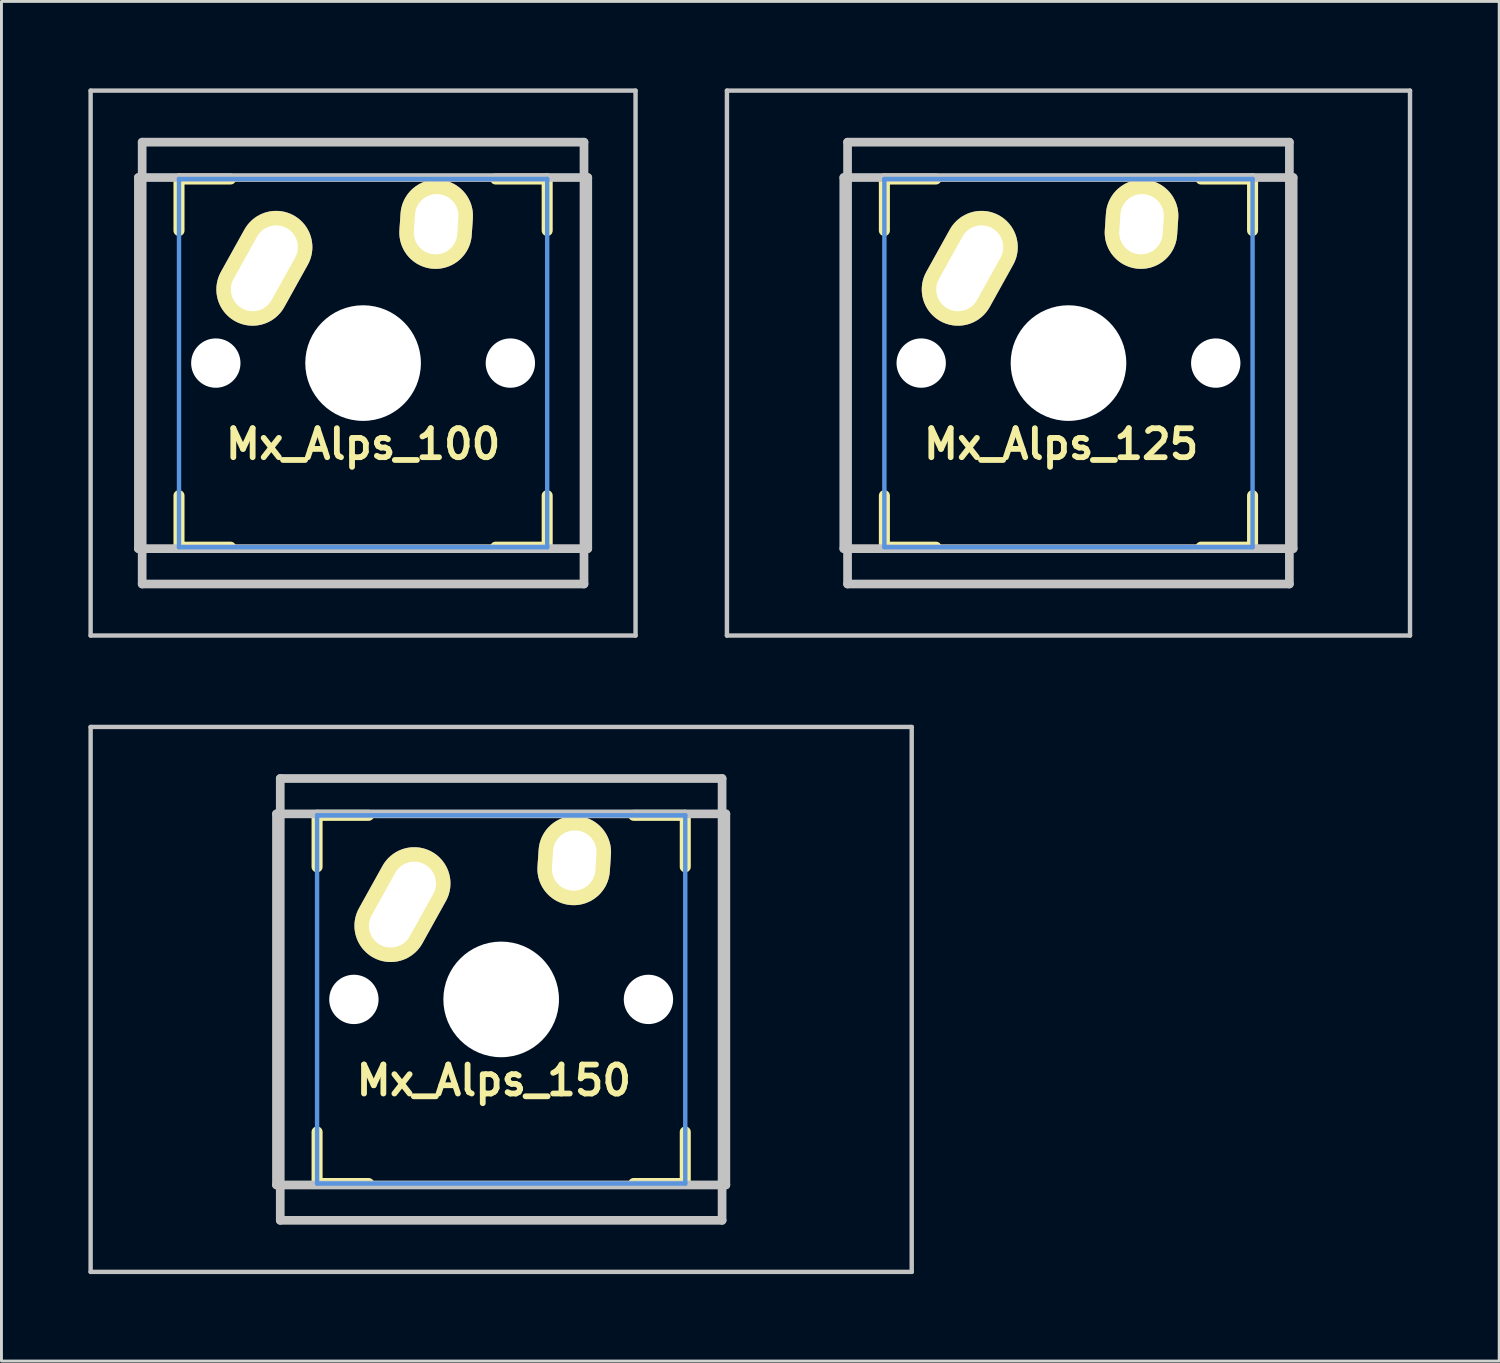
<source format=kicad_pcb>
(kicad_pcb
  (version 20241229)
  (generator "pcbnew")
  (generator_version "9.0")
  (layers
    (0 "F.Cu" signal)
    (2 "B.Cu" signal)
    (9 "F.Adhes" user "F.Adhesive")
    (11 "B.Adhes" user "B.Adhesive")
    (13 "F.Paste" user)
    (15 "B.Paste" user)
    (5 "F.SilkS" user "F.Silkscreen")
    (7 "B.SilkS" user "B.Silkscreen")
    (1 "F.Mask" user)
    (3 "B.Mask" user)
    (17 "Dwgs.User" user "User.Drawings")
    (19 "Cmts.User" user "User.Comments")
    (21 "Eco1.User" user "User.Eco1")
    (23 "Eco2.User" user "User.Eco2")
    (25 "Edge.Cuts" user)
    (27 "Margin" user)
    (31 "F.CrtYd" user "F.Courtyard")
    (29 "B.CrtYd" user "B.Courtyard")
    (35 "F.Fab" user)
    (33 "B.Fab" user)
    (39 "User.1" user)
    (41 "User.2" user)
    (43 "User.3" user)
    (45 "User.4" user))
  (footprint "Mx_Alps_150"
    (layer "F.Cu")
    (at 14.237 31.423)
    (property "Reference" "Mx_Alps_150" (at -0.254 2.794 0) (layer "F.SilkS") (effects (font (size 1 1) (thickness 0.2))))
    (attr through_hole)
    (fp_line (start -6.35 -6.35) (end -4.572 -6.35) (stroke (width 0.381) (type solid)) (layer "F.SilkS"))
    (fp_line (start -6.35 -4.572) (end -6.35 -6.35) (stroke (width 0.381) (type solid)) (layer "F.SilkS"))
    (fp_line (start -6.35 6.35) (end -6.35 4.572) (stroke (width 0.381) (type solid)) (layer "F.SilkS"))
    (fp_line (start -4.572 6.35) (end -6.35 6.35) (stroke (width 0.381) (type solid)) (layer "F.SilkS"))
    (fp_line (start 4.572 -6.35) (end 6.35 -6.35) (stroke (width 0.381) (type solid)) (layer "F.SilkS"))
    (fp_line (start 6.35 -6.35) (end 6.35 -4.572) (stroke (width 0.381) (type solid)) (layer "F.SilkS"))
    (fp_line (start 6.35 4.572) (end 6.35 6.35) (stroke (width 0.381) (type solid)) (layer "F.SilkS"))
    (fp_line (start 6.35 6.35) (end 4.572 6.35) (stroke (width 0.381) (type solid)) (layer "F.SilkS"))
    (fp_line (start -14.161 -9.398) (end 14.161 -9.398) (stroke (width 0.152) (type solid)) (layer "Dwgs.User"))
    (fp_line (start -14.161 9.398) (end -14.161 -9.398) (stroke (width 0.152) (type solid)) (layer "Dwgs.User"))
    (fp_line (start -7.75 6.4) (end -7.75 -6.4) (stroke (width 0.3) (type solid)) (layer "Dwgs.User"))
    (fp_line (start -7.75 6.4) (end 7.75 6.4) (stroke (width 0.3) (type solid)) (layer "Dwgs.User"))
    (fp_line (start -7.62 -7.62) (end 7.62 -7.62) (stroke (width 0.3) (type solid)) (layer "Dwgs.User"))
    (fp_line (start -7.62 7.62) (end -7.62 -7.62) (stroke (width 0.3) (type solid)) (layer "Dwgs.User"))
    (fp_line (start 7.62 -7.62) (end 7.62 7.62) (stroke (width 0.3) (type solid)) (layer "Dwgs.User"))
    (fp_line (start 7.62 7.62) (end -7.62 7.62) (stroke (width 0.3) (type solid)) (layer "Dwgs.User"))
    (fp_line (start 7.75 -6.4) (end -7.75 -6.4) (stroke (width 0.3) (type solid)) (layer "Dwgs.User"))
    (fp_line (start 7.75 6.4) (end 7.75 -6.4) (stroke (width 0.3) (type solid)) (layer "Dwgs.User"))
    (fp_line (start 14.161 -9.398) (end 14.161 9.398) (stroke (width 0.152) (type solid)) (layer "Dwgs.User"))
    (fp_line (start 14.161 9.398) (end -14.161 9.398) (stroke (width 0.152) (type solid)) (layer "Dwgs.User"))
    (fp_line (start -6.35 -6.35) (end 6.35 -6.35) (stroke (width 0.152) (type solid)) (layer "Cmts.User"))
    (fp_line (start -6.35 6.35) (end -6.35 -6.35) (stroke (width 0.152) (type solid)) (layer "Cmts.User"))
    (fp_line (start 6.35 -6.35) (end 6.35 6.35) (stroke (width 0.152) (type solid)) (layer "Cmts.User"))
    (fp_line (start 6.35 6.35) (end -6.35 6.35) (stroke (width 0.152) (type solid)) (layer "Cmts.User"))
    (fp_line (start -6.985 -6.985) (end 6.985 -6.985) (stroke (width 0.152) (type solid)) (layer "Eco2.User"))
    (fp_line (start -6.985 6.985) (end -6.985 -6.985) (stroke (width 0.152) (type solid)) (layer "Eco2.User"))
    (fp_line (start 6.985 -6.985) (end 6.985 6.985) (stroke (width 0.152) (type solid)) (layer "Eco2.User"))
    (fp_line (start 6.985 6.985) (end -6.985 6.985) (stroke (width 0.152) (type solid)) (layer "Eco2.User"))
    (pad "" np_thru_hole circle (at -5.08 0) (size 1.702 1.702) (drill 1.702) (layers "*.Cu"))
    (pad "" np_thru_hole circle (at 0 0) (size 3.988 3.988) (drill 3.988) (layers "*.Cu"))
    (pad "" np_thru_hole circle (at 5.08 0) (size 1.702 1.702) (drill 1.702) (layers "*.Cu"))
    (pad "1" thru_hole oval (at -3.405 -3.27 330.95) (size 2.5 4.17) (drill oval 1.5 3.17) (layers "*.Cu" "*.Mask" "F.SilkS"))
    (pad "2" thru_hole oval (at 2.52 -4.79 356.1) (size 2.5 3.08) (drill oval 1.5 2.08) (layers "*.Cu" "*.Mask" "F.SilkS")))
  (footprint "Mx_Alps_100"
    (layer "F.Cu")
    (at 9.474 9.474)
    (property "Reference" "Mx_Alps_100" (at 0 2.794 0) (layer "F.SilkS") (effects (font (size 1 1) (thickness 0.2))))
    (attr through_hole)
    (fp_line (start -6.35 -6.35) (end -4.572 -6.35) (stroke (width 0.381) (type solid)) (layer "F.SilkS"))
    (fp_line (start -6.35 -4.572) (end -6.35 -6.35) (stroke (width 0.381) (type solid)) (layer "F.SilkS"))
    (fp_line (start -6.35 6.35) (end -6.35 4.572) (stroke (width 0.381) (type solid)) (layer "F.SilkS"))
    (fp_line (start -4.572 6.35) (end -6.35 6.35) (stroke (width 0.381) (type solid)) (layer "F.SilkS"))
    (fp_line (start 4.572 -6.35) (end 6.35 -6.35) (stroke (width 0.381) (type solid)) (layer "F.SilkS"))
    (fp_line (start 6.35 -6.35) (end 6.35 -4.572) (stroke (width 0.381) (type solid)) (layer "F.SilkS"))
    (fp_line (start 6.35 4.572) (end 6.35 6.35) (stroke (width 0.381) (type solid)) (layer "F.SilkS"))
    (fp_line (start 6.35 6.35) (end 4.572 6.35) (stroke (width 0.381) (type solid)) (layer "F.SilkS"))
    (fp_line (start -9.398 -9.398) (end 9.398 -9.398) (stroke (width 0.152) (type solid)) (layer "Dwgs.User"))
    (fp_line (start -9.398 9.398) (end -9.398 -9.398) (stroke (width 0.152) (type solid)) (layer "Dwgs.User"))
    (fp_line (start -7.75 6.4) (end -7.75 -6.4) (stroke (width 0.3) (type solid)) (layer "Dwgs.User"))
    (fp_line (start -7.75 6.4) (end 7.75 6.4) (stroke (width 0.3) (type solid)) (layer "Dwgs.User"))
    (fp_line (start -7.62 -7.62) (end 7.62 -7.62) (stroke (width 0.3) (type solid)) (layer "Dwgs.User"))
    (fp_line (start -7.62 7.62) (end -7.62 -7.62) (stroke (width 0.3) (type solid)) (layer "Dwgs.User"))
    (fp_line (start 7.62 -7.62) (end 7.62 7.62) (stroke (width 0.3) (type solid)) (layer "Dwgs.User"))
    (fp_line (start 7.62 7.62) (end -7.62 7.62) (stroke (width 0.3) (type solid)) (layer "Dwgs.User"))
    (fp_line (start 7.75 -6.4) (end -7.75 -6.4) (stroke (width 0.3) (type solid)) (layer "Dwgs.User"))
    (fp_line (start 7.75 6.4) (end 7.75 -6.4) (stroke (width 0.3) (type solid)) (layer "Dwgs.User"))
    (fp_line (start 9.398 -9.398) (end 9.398 9.398) (stroke (width 0.152) (type solid)) (layer "Dwgs.User"))
    (fp_line (start 9.398 9.398) (end -9.398 9.398) (stroke (width 0.152) (type solid)) (layer "Dwgs.User"))
    (fp_line (start -6.35 -6.35) (end 6.35 -6.35) (stroke (width 0.152) (type solid)) (layer "Cmts.User"))
    (fp_line (start -6.35 6.35) (end -6.35 -6.35) (stroke (width 0.152) (type solid)) (layer "Cmts.User"))
    (fp_line (start 6.35 -6.35) (end 6.35 6.35) (stroke (width 0.152) (type solid)) (layer "Cmts.User"))
    (fp_line (start 6.35 6.35) (end -6.35 6.35) (stroke (width 0.152) (type solid)) (layer "Cmts.User"))
    (fp_line (start -6.985 -6.985) (end 6.985 -6.985) (stroke (width 0.152) (type solid)) (layer "Eco2.User"))
    (fp_line (start -6.985 6.985) (end -6.985 -6.985) (stroke (width 0.152) (type solid)) (layer "Eco2.User"))
    (fp_line (start 6.985 -6.985) (end 6.985 6.985) (stroke (width 0.152) (type solid)) (layer "Eco2.User"))
    (fp_line (start 6.985 6.985) (end -6.985 6.985) (stroke (width 0.152) (type solid)) (layer "Eco2.User"))
    (pad "" np_thru_hole circle (at -5.08 0) (size 1.702 1.702) (drill 1.702) (layers "*.Cu"))
    (pad "" np_thru_hole circle (at 0 0) (size 3.988 3.988) (drill 3.988) (layers "*.Cu"))
    (pad "" np_thru_hole circle (at 5.08 0) (size 1.702 1.702) (drill 1.702) (layers "*.Cu"))
    (pad "1" thru_hole oval (at -3.405 -3.27 330.95) (size 2.5 4.17) (drill oval 1.5 3.17) (layers "*.Cu" "*.Mask" "F.SilkS"))
    (pad "2" thru_hole oval (at 2.52 -4.79 356.1) (size 2.5 3.08) (drill oval 1.5 2.08) (layers "*.Cu" "*.Mask" "F.SilkS")))
  (footprint "Mx_Alps_125"
    (layer "F.Cu")
    (at 33.805 9.474)
    (property "Reference" "Mx_Alps_125" (at -0.254 2.794 0) (layer "F.SilkS") (effects (font (size 1 1) (thickness 0.2))))
    (attr through_hole)
    (fp_line (start -6.35 -6.35) (end -4.572 -6.35) (stroke (width 0.381) (type solid)) (layer "F.SilkS"))
    (fp_line (start -6.35 -4.572) (end -6.35 -6.35) (stroke (width 0.381) (type solid)) (layer "F.SilkS"))
    (fp_line (start -6.35 6.35) (end -6.35 4.572) (stroke (width 0.381) (type solid)) (layer "F.SilkS"))
    (fp_line (start -4.572 6.35) (end -6.35 6.35) (stroke (width 0.381) (type solid)) (layer "F.SilkS"))
    (fp_line (start 4.572 -6.35) (end 6.35 -6.35) (stroke (width 0.381) (type solid)) (layer "F.SilkS"))
    (fp_line (start 6.35 -6.35) (end 6.35 -4.572) (stroke (width 0.381) (type solid)) (layer "F.SilkS"))
    (fp_line (start 6.35 4.572) (end 6.35 6.35) (stroke (width 0.381) (type solid)) (layer "F.SilkS"))
    (fp_line (start 6.35 6.35) (end 4.572 6.35) (stroke (width 0.381) (type solid)) (layer "F.SilkS"))
    (fp_line (start -11.781 -9.398) (end 11.781 -9.398) (stroke (width 0.152) (type solid)) (layer "Dwgs.User"))
    (fp_line (start -11.781 9.398) (end -11.781 -9.398) (stroke (width 0.152) (type solid)) (layer "Dwgs.User"))
    (fp_line (start -7.75 6.4) (end -7.75 -6.4) (stroke (width 0.3) (type solid)) (layer "Dwgs.User"))
    (fp_line (start -7.75 6.4) (end 7.75 6.4) (stroke (width 0.3) (type solid)) (layer "Dwgs.User"))
    (fp_line (start -7.62 -7.62) (end 7.62 -7.62) (stroke (width 0.3) (type solid)) (layer "Dwgs.User"))
    (fp_line (start -7.62 7.62) (end -7.62 -7.62) (stroke (width 0.3) (type solid)) (layer "Dwgs.User"))
    (fp_line (start 7.62 -7.62) (end 7.62 7.62) (stroke (width 0.3) (type solid)) (layer "Dwgs.User"))
    (fp_line (start 7.62 7.62) (end -7.62 7.62) (stroke (width 0.3) (type solid)) (layer "Dwgs.User"))
    (fp_line (start 7.75 -6.4) (end -7.75 -6.4) (stroke (width 0.3) (type solid)) (layer "Dwgs.User"))
    (fp_line (start 7.75 6.4) (end 7.75 -6.4) (stroke (width 0.3) (type solid)) (layer "Dwgs.User"))
    (fp_line (start 11.781 -9.398) (end 11.781 9.398) (stroke (width 0.152) (type solid)) (layer "Dwgs.User"))
    (fp_line (start 11.781 9.398) (end -11.781 9.398) (stroke (width 0.152) (type solid)) (layer "Dwgs.User"))
    (fp_line (start -6.35 -6.35) (end 6.35 -6.35) (stroke (width 0.152) (type solid)) (layer "Cmts.User"))
    (fp_line (start -6.35 6.35) (end -6.35 -6.35) (stroke (width 0.152) (type solid)) (layer "Cmts.User"))
    (fp_line (start 6.35 -6.35) (end 6.35 6.35) (stroke (width 0.152) (type solid)) (layer "Cmts.User"))
    (fp_line (start 6.35 6.35) (end -6.35 6.35) (stroke (width 0.152) (type solid)) (layer "Cmts.User"))
    (fp_line (start -6.985 -6.985) (end 6.985 -6.985) (stroke (width 0.152) (type solid)) (layer "Eco2.User"))
    (fp_line (start -6.985 6.985) (end -6.985 -6.985) (stroke (width 0.152) (type solid)) (layer "Eco2.User"))
    (fp_line (start 6.985 -6.985) (end 6.985 6.985) (stroke (width 0.152) (type solid)) (layer "Eco2.User"))
    (fp_line (start 6.985 6.985) (end -6.985 6.985) (stroke (width 0.152) (type solid)) (layer "Eco2.User"))
    (pad "" np_thru_hole circle (at -5.08 0) (size 1.702 1.702) (drill 1.702) (layers "*.Cu"))
    (pad "" np_thru_hole circle (at 0 0) (size 3.988 3.988) (drill 3.988) (layers "*.Cu"))
    (pad "" np_thru_hole circle (at 5.08 0) (size 1.702 1.702) (drill 1.702) (layers "*.Cu"))
    (pad "1" thru_hole oval (at -3.405 -3.27 330.95) (size 2.5 4.17) (drill oval 1.5 3.17) (layers "*.Cu" "*.Mask" "F.SilkS"))
    (pad "2" thru_hole oval (at 2.52 -4.79 356.1) (size 2.5 3.08) (drill oval 1.5 2.08) (layers "*.Cu" "*.Mask" "F.SilkS")))
  (gr_rect
    (start -3 -3)
    (end 48.662 43.897)
    (stroke (width 0.1) (type default))
    (fill no)
    (layer "Edge.Cuts")))
</source>
